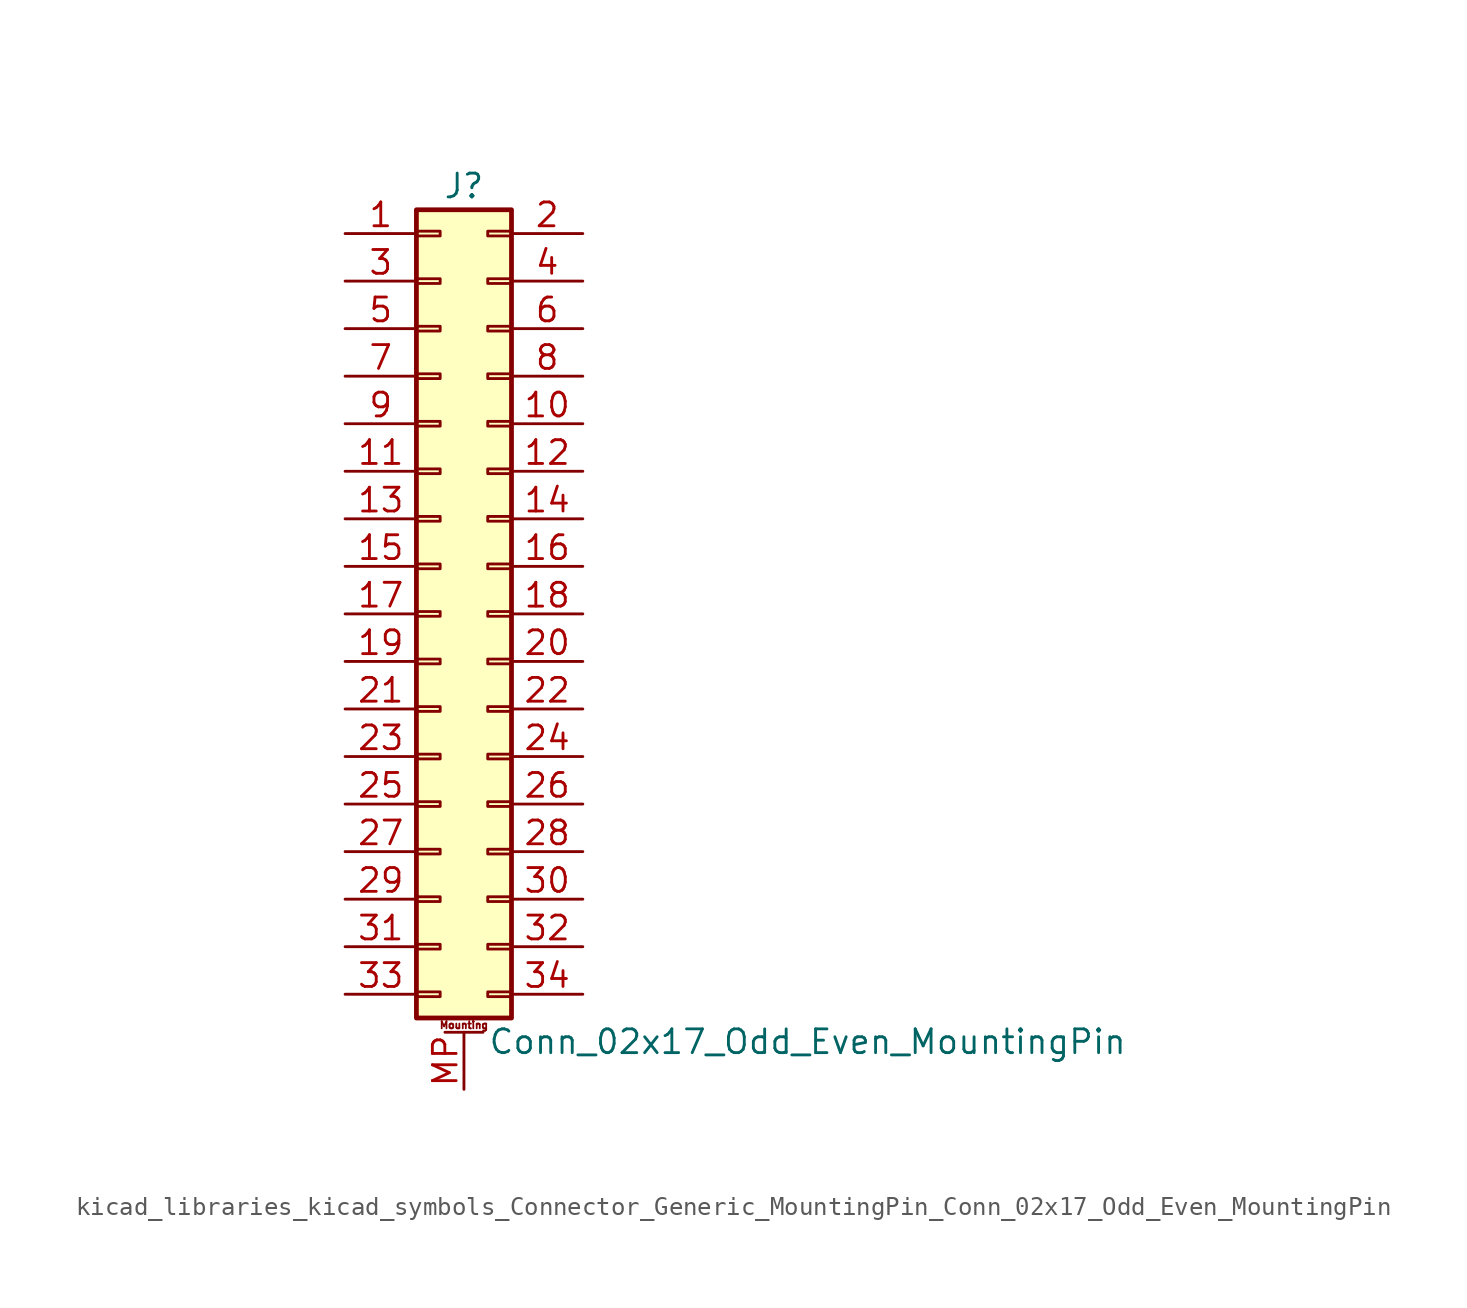
<source format=kicad_sym>
(kicad_symbol_lib
  (version 20220914)
  (generator kicad_symbol_editor)
  (symbol "kicad_libraries_kicad_symbols_Connector_Generic_MountingPin_Conn_02x17_Odd_Even_MountingPin"
    (pin_names
      (offset 1.016) hide)
    (property "Reference" "J"
      (at 1.27 22.86 0)
      (effects (font (size 1.27 1.27))))
    (property "Value" "Conn_02x17_Odd_Even_MountingPin"
      (at 2.54 -22.86 0)
      (effects (font (size 1.27 1.27)) (justify left)))
    (symbol "kicad_libraries_kicad_symbols_Connector_Generic_MountingPin_Conn_02x17_Odd_Even_MountingPin_1_1"
      (rectangle (start -1.27 -20.193) (end 0 -20.447) (stroke (width 0.152) (type default)) (fill (type none)))
      (rectangle (start -1.27 -17.653) (end 0 -17.907) (stroke (width 0.152) (type default)) (fill (type none)))
      (rectangle (start -1.27 -15.113) (end 0 -15.367) (stroke (width 0.152) (type default)) (fill (type none)))
      (rectangle (start -1.27 -12.573) (end 0 -12.827) (stroke (width 0.152) (type default)) (fill (type none)))
      (rectangle (start -1.27 -10.033) (end 0 -10.287) (stroke (width 0.152) (type default)) (fill (type none)))
      (rectangle (start -1.27 -7.493) (end 0 -7.747) (stroke (width 0.152) (type default)) (fill (type none)))
      (rectangle (start -1.27 -4.953) (end 0 -5.207) (stroke (width 0.152) (type default)) (fill (type none)))
      (rectangle (start -1.27 -2.413) (end 0 -2.667) (stroke (width 0.152) (type default)) (fill (type none)))
      (rectangle (start -1.27 0.127) (end 0 -0.127) (stroke (width 0.152) (type default)) (fill (type none)))
      (rectangle (start -1.27 2.667) (end 0 2.413) (stroke (width 0.152) (type default)) (fill (type none)))
      (rectangle (start -1.27 5.207) (end 0 4.953) (stroke (width 0.152) (type default)) (fill (type none)))
      (rectangle (start -1.27 7.747) (end 0 7.493) (stroke (width 0.152) (type default)) (fill (type none)))
      (rectangle (start -1.27 10.287) (end 0 10.033) (stroke (width 0.152) (type default)) (fill (type none)))
      (rectangle (start -1.27 12.827) (end 0 12.573) (stroke (width 0.152) (type default)) (fill (type none)))
      (rectangle (start -1.27 15.367) (end 0 15.113) (stroke (width 0.152) (type default)) (fill (type none)))
      (rectangle (start -1.27 17.907) (end 0 17.653) (stroke (width 0.152) (type default)) (fill (type none)))
      (rectangle (start -1.27 20.447) (end 0 20.193) (stroke (width 0.152) (type default)) (fill (type none)))
      (rectangle (start -1.27 21.59) (end 3.81 -21.59) (stroke (width 0.254) (type default)) (fill (type background)))
      (polyline (pts (xy 0.254 -22.352) (xy 2.286 -22.352)) (stroke (width 0.152) (type default)) (fill (type none)))
      (rectangle (start 3.81 -20.193) (end 2.54 -20.447) (stroke (width 0.152) (type default)) (fill (type none)))
      (rectangle (start 3.81 -17.653) (end 2.54 -17.907) (stroke (width 0.152) (type default)) (fill (type none)))
      (rectangle (start 3.81 -15.113) (end 2.54 -15.367) (stroke (width 0.152) (type default)) (fill (type none)))
      (rectangle (start 3.81 -12.573) (end 2.54 -12.827) (stroke (width 0.152) (type default)) (fill (type none)))
      (rectangle (start 3.81 -10.033) (end 2.54 -10.287) (stroke (width 0.152) (type default)) (fill (type none)))
      (rectangle (start 3.81 -7.493) (end 2.54 -7.747) (stroke (width 0.152) (type default)) (fill (type none)))
      (rectangle (start 3.81 -4.953) (end 2.54 -5.207) (stroke (width 0.152) (type default)) (fill (type none)))
      (rectangle (start 3.81 -2.413) (end 2.54 -2.667) (stroke (width 0.152) (type default)) (fill (type none)))
      (rectangle (start 3.81 0.127) (end 2.54 -0.127) (stroke (width 0.152) (type default)) (fill (type none)))
      (rectangle (start 3.81 2.667) (end 2.54 2.413) (stroke (width 0.152) (type default)) (fill (type none)))
      (rectangle (start 3.81 5.207) (end 2.54 4.953) (stroke (width 0.152) (type default)) (fill (type none)))
      (rectangle (start 3.81 7.747) (end 2.54 7.493) (stroke (width 0.152) (type default)) (fill (type none)))
      (rectangle (start 3.81 10.287) (end 2.54 10.033) (stroke (width 0.152) (type default)) (fill (type none)))
      (rectangle (start 3.81 12.827) (end 2.54 12.573) (stroke (width 0.152) (type default)) (fill (type none)))
      (rectangle (start 3.81 15.367) (end 2.54 15.113) (stroke (width 0.152) (type default)) (fill (type none)))
      (rectangle (start 3.81 17.907) (end 2.54 17.653) (stroke (width 0.152) (type default)) (fill (type none)))
      (rectangle (start 3.81 20.447) (end 2.54 20.193) (stroke (width 0.152) (type default)) (fill (type none)))
      (text "Mounting" (at 1.27 -21.971 0) (effects (font (size 0.381 0.381))))
      (pin passive line (at -5.08 20.32 0) (length 3.81) (name "Pin_1" (effects (font (size 1.27 1.27)))) (number "1" (effects (font (size 1.27 1.27)))))
      (pin passive line (at 7.62 10.16 180) (length 3.81) (name "Pin_10" (effects (font (size 1.27 1.27)))) (number "10" (effects (font (size 1.27 1.27)))))
      (pin passive line (at -5.08 7.62 0) (length 3.81) (name "Pin_11" (effects (font (size 1.27 1.27)))) (number "11" (effects (font (size 1.27 1.27)))))
      (pin passive line (at 7.62 7.62 180) (length 3.81) (name "Pin_12" (effects (font (size 1.27 1.27)))) (number "12" (effects (font (size 1.27 1.27)))))
      (pin passive line (at -5.08 5.08 0) (length 3.81) (name "Pin_13" (effects (font (size 1.27 1.27)))) (number "13" (effects (font (size 1.27 1.27)))))
      (pin passive line (at 7.62 5.08 180) (length 3.81) (name "Pin_14" (effects (font (size 1.27 1.27)))) (number "14" (effects (font (size 1.27 1.27)))))
      (pin passive line (at -5.08 2.54 0) (length 3.81) (name "Pin_15" (effects (font (size 1.27 1.27)))) (number "15" (effects (font (size 1.27 1.27)))))
      (pin passive line (at 7.62 2.54 180) (length 3.81) (name "Pin_16" (effects (font (size 1.27 1.27)))) (number "16" (effects (font (size 1.27 1.27)))))
      (pin passive line (at -5.08 0 0) (length 3.81) (name "Pin_17" (effects (font (size 1.27 1.27)))) (number "17" (effects (font (size 1.27 1.27)))))
      (pin passive line (at 7.62 0 180) (length 3.81) (name "Pin_18" (effects (font (size 1.27 1.27)))) (number "18" (effects (font (size 1.27 1.27)))))
      (pin passive line (at -5.08 -2.54 0) (length 3.81) (name "Pin_19" (effects (font (size 1.27 1.27)))) (number "19" (effects (font (size 1.27 1.27)))))
      (pin passive line (at 7.62 20.32 180) (length 3.81) (name "Pin_2" (effects (font (size 1.27 1.27)))) (number "2" (effects (font (size 1.27 1.27)))))
      (pin passive line (at 7.62 -2.54 180) (length 3.81) (name "Pin_20" (effects (font (size 1.27 1.27)))) (number "20" (effects (font (size 1.27 1.27)))))
      (pin passive line (at -5.08 -5.08 0) (length 3.81) (name "Pin_21" (effects (font (size 1.27 1.27)))) (number "21" (effects (font (size 1.27 1.27)))))
      (pin passive line (at 7.62 -5.08 180) (length 3.81) (name "Pin_22" (effects (font (size 1.27 1.27)))) (number "22" (effects (font (size 1.27 1.27)))))
      (pin passive line (at -5.08 -7.62 0) (length 3.81) (name "Pin_23" (effects (font (size 1.27 1.27)))) (number "23" (effects (font (size 1.27 1.27)))))
      (pin passive line (at 7.62 -7.62 180) (length 3.81) (name "Pin_24" (effects (font (size 1.27 1.27)))) (number "24" (effects (font (size 1.27 1.27)))))
      (pin passive line (at -5.08 -10.16 0) (length 3.81) (name "Pin_25" (effects (font (size 1.27 1.27)))) (number "25" (effects (font (size 1.27 1.27)))))
      (pin passive line (at 7.62 -10.16 180) (length 3.81) (name "Pin_26" (effects (font (size 1.27 1.27)))) (number "26" (effects (font (size 1.27 1.27)))))
      (pin passive line (at -5.08 -12.7 0) (length 3.81) (name "Pin_27" (effects (font (size 1.27 1.27)))) (number "27" (effects (font (size 1.27 1.27)))))
      (pin passive line (at 7.62 -12.7 180) (length 3.81) (name "Pin_28" (effects (font (size 1.27 1.27)))) (number "28" (effects (font (size 1.27 1.27)))))
      (pin passive line (at -5.08 -15.24 0) (length 3.81) (name "Pin_29" (effects (font (size 1.27 1.27)))) (number "29" (effects (font (size 1.27 1.27)))))
      (pin passive line (at -5.08 17.78 0) (length 3.81) (name "Pin_3" (effects (font (size 1.27 1.27)))) (number "3" (effects (font (size 1.27 1.27)))))
      (pin passive line (at 7.62 -15.24 180) (length 3.81) (name "Pin_30" (effects (font (size 1.27 1.27)))) (number "30" (effects (font (size 1.27 1.27)))))
      (pin passive line (at -5.08 -17.78 0) (length 3.81) (name "Pin_31" (effects (font (size 1.27 1.27)))) (number "31" (effects (font (size 1.27 1.27)))))
      (pin passive line (at 7.62 -17.78 180) (length 3.81) (name "Pin_32" (effects (font (size 1.27 1.27)))) (number "32" (effects (font (size 1.27 1.27)))))
      (pin passive line (at -5.08 -20.32 0) (length 3.81) (name "Pin_33" (effects (font (size 1.27 1.27)))) (number "33" (effects (font (size 1.27 1.27)))))
      (pin passive line (at 7.62 -20.32 180) (length 3.81) (name "Pin_34" (effects (font (size 1.27 1.27)))) (number "34" (effects (font (size 1.27 1.27)))))
      (pin passive line (at 7.62 17.78 180) (length 3.81) (name "Pin_4" (effects (font (size 1.27 1.27)))) (number "4" (effects (font (size 1.27 1.27)))))
      (pin passive line (at -5.08 15.24 0) (length 3.81) (name "Pin_5" (effects (font (size 1.27 1.27)))) (number "5" (effects (font (size 1.27 1.27)))))
      (pin passive line (at 7.62 15.24 180) (length 3.81) (name "Pin_6" (effects (font (size 1.27 1.27)))) (number "6" (effects (font (size 1.27 1.27)))))
      (pin passive line (at -5.08 12.7 0) (length 3.81) (name "Pin_7" (effects (font (size 1.27 1.27)))) (number "7" (effects (font (size 1.27 1.27)))))
      (pin passive line (at 7.62 12.7 180) (length 3.81) (name "Pin_8" (effects (font (size 1.27 1.27)))) (number "8" (effects (font (size 1.27 1.27)))))
      (pin passive line (at -5.08 10.16 0) (length 3.81) (name "Pin_9" (effects (font (size 1.27 1.27)))) (number "9" (effects (font (size 1.27 1.27)))))
      (pin passive line (at 1.27 -25.4 90) (length 3.048) (name "MountPin" (effects (font (size 1.27 1.27)))) (number "MP" (effects (font (size 1.27 1.27))))))))
</source>
